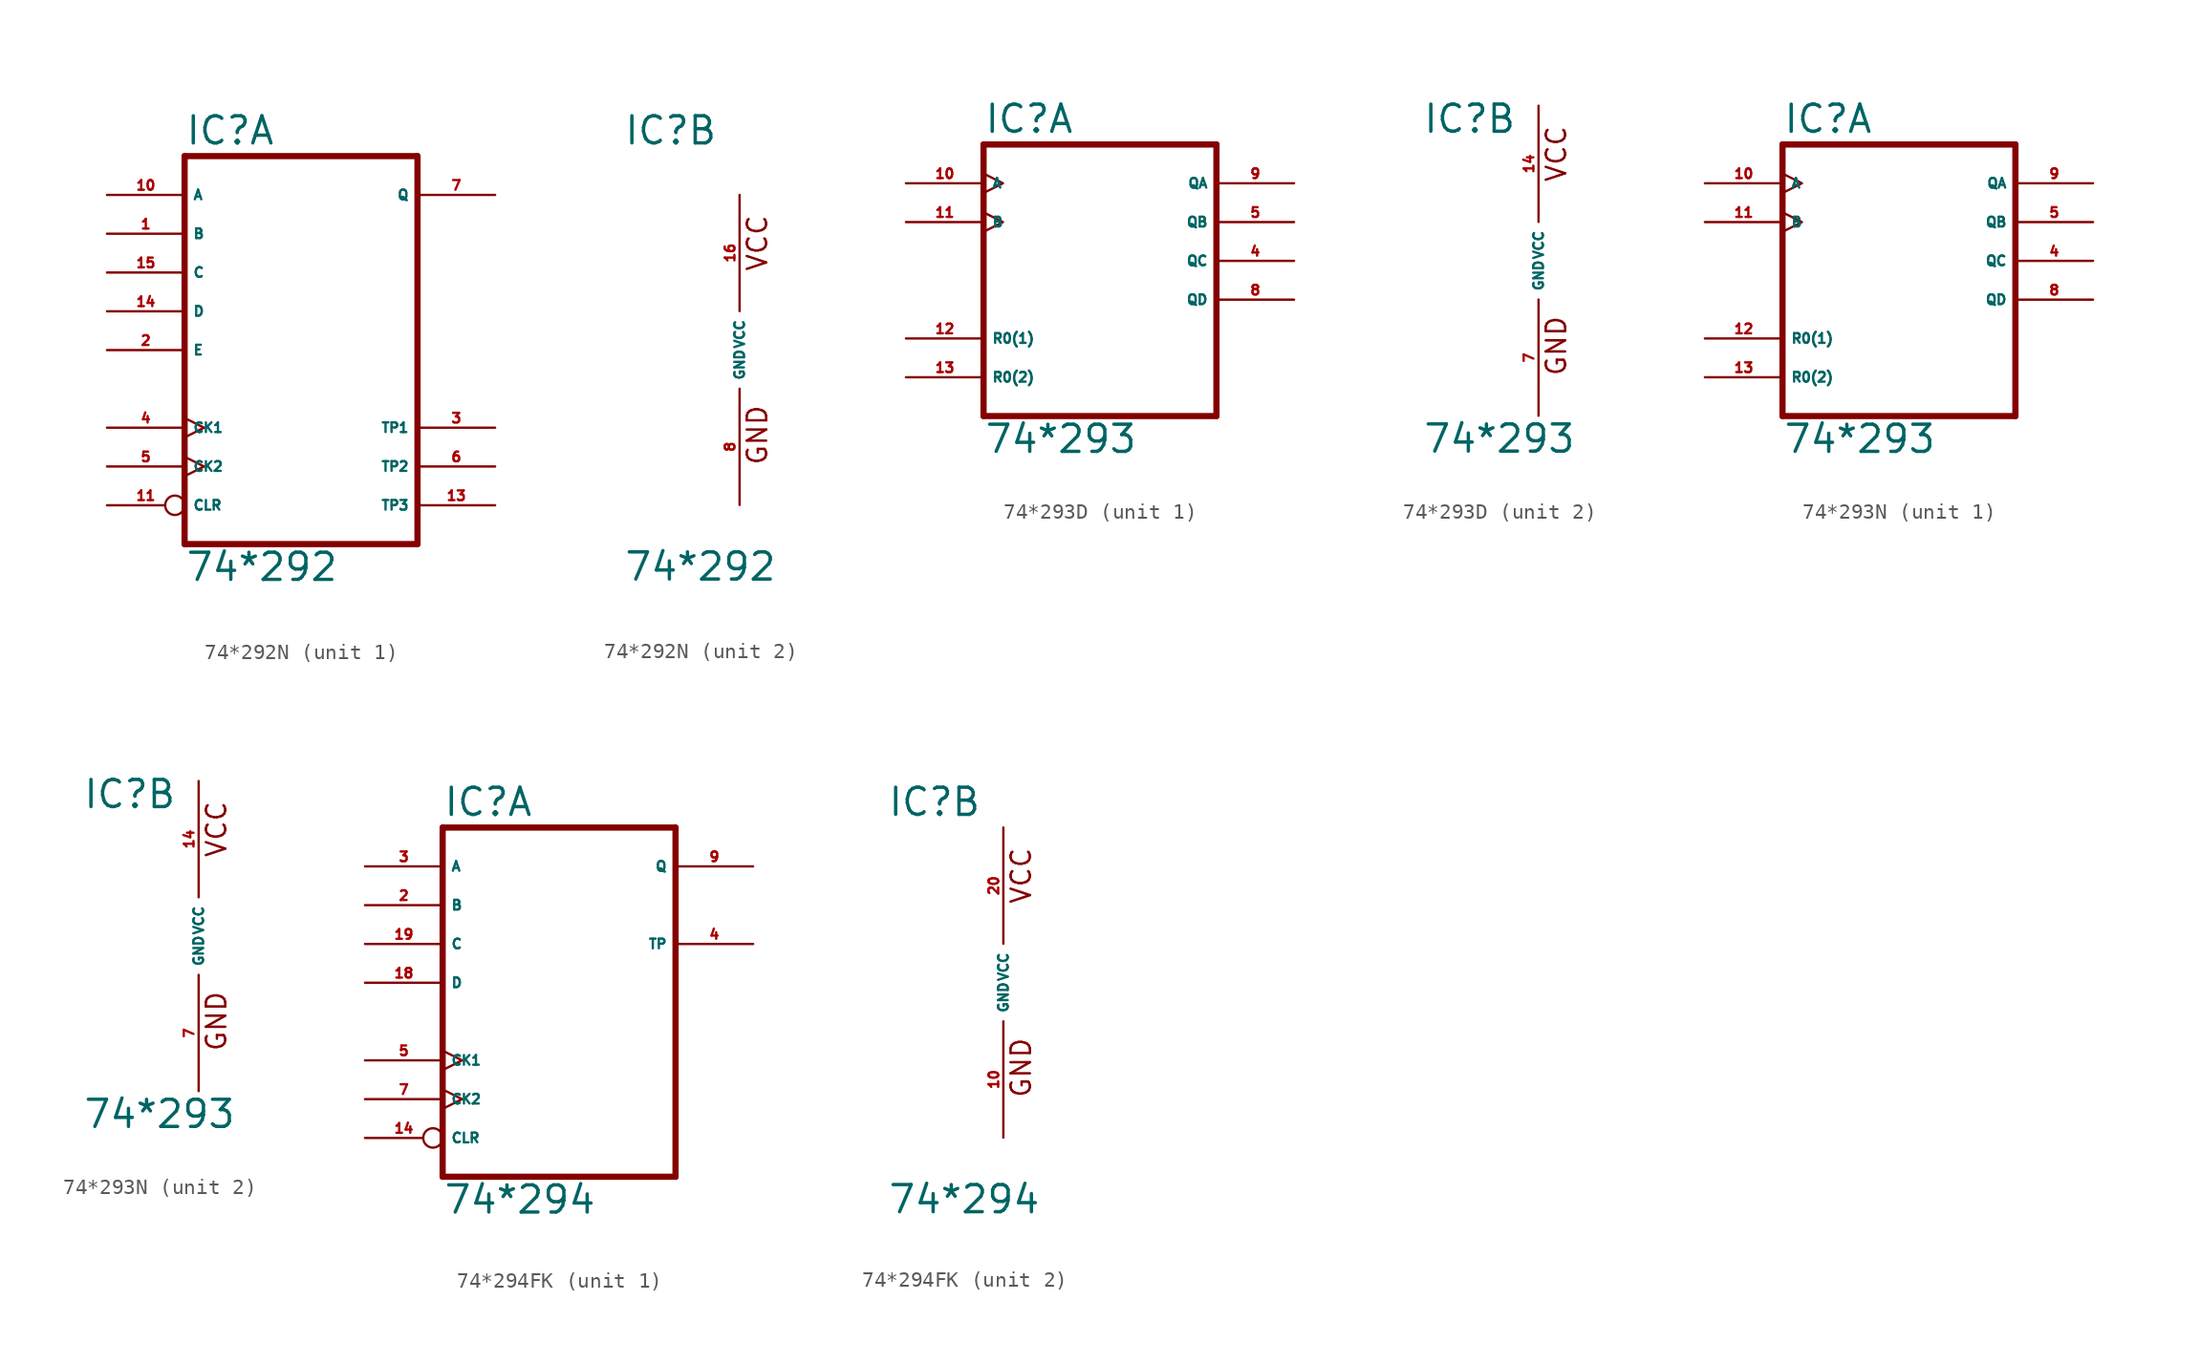
<source format=kicad_sym>
(kicad_symbol_lib
  (version 20220914)
  (generator Eagle2Kicad)
  (symbol "74*292N"
    (property "Reference" "IC"
      (at -7.62 13.335 0)
      (effects (font (size 1.778 1.778) (thickness 0.22)) (justify left bottom)))
    (property "Value" "74*292"
      (at -7.62 -15.24 0)
      (effects (font (size 1.778 1.778) (thickness 0.22)) (justify left bottom)))
    (symbol "74*292N_1_0"
      (polyline (pts (xy -7.62 -12.7) (xy 7.62 -12.7)) (stroke (width 0.406) (type default)) (fill (type none)))
      (polyline (pts (xy 7.62 -12.7) (xy 7.62 12.7)) (stroke (width 0.406) (type default)) (fill (type none)))
      (polyline (pts (xy 7.62 12.7) (xy -7.62 12.7)) (stroke (width 0.406) (type default)) (fill (type none)))
      (polyline (pts (xy -7.62 12.7) (xy -7.62 -12.7)) (stroke (width 0.406) (type default)) (fill (type none)))
      (pin input line (at -12.7 7.62 0) (length 5.08) (name "B" (effects (font (size 0.635 0.635) (thickness 0.08)) (justify left bottom))) (number "1" (effects (font (size 0.635 0.635) (thickness 0.08)) (justify left bottom))))
      (pin input line (at -12.7 0 0) (length 5.08) (name "E" (effects (font (size 0.635 0.635) (thickness 0.08)) (justify left bottom))) (number "2" (effects (font (size 0.635 0.635) (thickness 0.08)) (justify left bottom))))
      (pin output line (at 12.7 -5.08 180) (length 5.08) (name "TP1" (effects (font (size 0.635 0.635) (thickness 0.08)) (justify left bottom))) (number "3" (effects (font (size 0.635 0.635) (thickness 0.08)) (justify left bottom))))
      (pin input clock (at -12.7 -5.08 0) (length 5.08) (name "CK1" (effects (font (size 0.635 0.635) (thickness 0.08)) (justify left bottom))) (number "4" (effects (font (size 0.635 0.635) (thickness 0.08)) (justify left bottom))))
      (pin input clock (at -12.7 -7.62 0) (length 5.08) (name "CK2" (effects (font (size 0.635 0.635) (thickness 0.08)) (justify left bottom))) (number "5" (effects (font (size 0.635 0.635) (thickness 0.08)) (justify left bottom))))
      (pin output line (at 12.7 -7.62 180) (length 5.08) (name "TP2" (effects (font (size 0.635 0.635) (thickness 0.08)) (justify left bottom))) (number "6" (effects (font (size 0.635 0.635) (thickness 0.08)) (justify left bottom))))
      (pin output line (at 12.7 10.16 180) (length 5.08) (name "Q" (effects (font (size 0.635 0.635) (thickness 0.08)) (justify left bottom))) (number "7" (effects (font (size 0.635 0.635) (thickness 0.08)) (justify left bottom))))
      (pin input line (at -12.7 10.16 0) (length 5.08) (name "A" (effects (font (size 0.635 0.635) (thickness 0.08)) (justify left bottom))) (number "10" (effects (font (size 0.635 0.635) (thickness 0.08)) (justify left bottom))))
      (pin input inverted (at -12.7 -10.16 0) (length 5.08) (name "CLR" (effects (font (size 0.635 0.635) (thickness 0.08)) (justify left bottom))) (number "11" (effects (font (size 0.635 0.635) (thickness 0.08)) (justify left bottom))))
      (pin output line (at 12.7 -10.16 180) (length 5.08) (name "TP3" (effects (font (size 0.635 0.635) (thickness 0.08)) (justify left bottom))) (number "13" (effects (font (size 0.635 0.635) (thickness 0.08)) (justify left bottom))))
      (pin input line (at -12.7 2.54 0) (length 5.08) (name "D" (effects (font (size 0.635 0.635) (thickness 0.08)) (justify left bottom))) (number "14" (effects (font (size 0.635 0.635) (thickness 0.08)) (justify left bottom))))
      (pin input line (at -12.7 5.08 0) (length 5.08) (name "C" (effects (font (size 0.635 0.635) (thickness 0.08)) (justify left bottom))) (number "15" (effects (font (size 0.635 0.635) (thickness 0.08)) (justify left bottom)))))
    (symbol "74*292N_2_0"
      (text "GND" (at 1.905 -7.62 900) (effects (font (size 1.27 1.27) (thickness 0.16)) (justify left bottom)))
      (text "VCC" (at 1.905 5.08 900) (effects (font (size 1.27 1.27) (thickness 0.16)) (justify left bottom)))
      (pin unspecified line (at 0 -10.16 90) (length 7.62) (name "GND" (effects (font (size 0.635 0.635) (thickness 0.08)) (justify left bottom))) (number "8" (effects (font (size 0.635 0.635) (thickness 0.08)) (justify left bottom))))
      (pin unspecified line (at 0 10.16 270) (length 7.62) (name "VCC" (effects (font (size 0.635 0.635) (thickness 0.08)) (justify left bottom))) (number "16" (effects (font (size 0.635 0.635) (thickness 0.08)) (justify left bottom))))))
  (symbol "74*293D"
    (property "Reference" "IC"
      (at -7.62 8.255 0)
      (effects (font (size 1.778 1.778) (thickness 0.22)) (justify left bottom)))
    (property "Value" "74*293"
      (at -7.62 -12.7 0)
      (effects (font (size 1.778 1.778) (thickness 0.22)) (justify left bottom)))
    (symbol "74*293D_1_0"
      (polyline (pts (xy -7.62 -10.16) (xy 7.62 -10.16)) (stroke (width 0.406) (type default)) (fill (type none)))
      (polyline (pts (xy 7.62 -10.16) (xy 7.62 7.62)) (stroke (width 0.406) (type default)) (fill (type none)))
      (polyline (pts (xy 7.62 7.62) (xy -7.62 7.62)) (stroke (width 0.406) (type default)) (fill (type none)))
      (polyline (pts (xy -7.62 7.62) (xy -7.62 -10.16)) (stroke (width 0.406) (type default)) (fill (type none)))
      (pin output line (at 12.7 0 180) (length 5.08) (name "QC" (effects (font (size 0.635 0.635) (thickness 0.08)) (justify left bottom))) (number "4" (effects (font (size 0.635 0.635) (thickness 0.08)) (justify left bottom))))
      (pin output line (at 12.7 2.54 180) (length 5.08) (name "QB" (effects (font (size 0.635 0.635) (thickness 0.08)) (justify left bottom))) (number "5" (effects (font (size 0.635 0.635) (thickness 0.08)) (justify left bottom))))
      (pin output line (at 12.7 -2.54 180) (length 5.08) (name "QD" (effects (font (size 0.635 0.635) (thickness 0.08)) (justify left bottom))) (number "8" (effects (font (size 0.635 0.635) (thickness 0.08)) (justify left bottom))))
      (pin output line (at 12.7 5.08 180) (length 5.08) (name "QA" (effects (font (size 0.635 0.635) (thickness 0.08)) (justify left bottom))) (number "9" (effects (font (size 0.635 0.635) (thickness 0.08)) (justify left bottom))))
      (pin input clock (at -12.7 5.08 0) (length 5.08) (name "A" (effects (font (size 0.635 0.635) (thickness 0.08)) (justify left bottom))) (number "10" (effects (font (size 0.635 0.635) (thickness 0.08)) (justify left bottom))))
      (pin input clock (at -12.7 2.54 0) (length 5.08) (name "B" (effects (font (size 0.635 0.635) (thickness 0.08)) (justify left bottom))) (number "11" (effects (font (size 0.635 0.635) (thickness 0.08)) (justify left bottom))))
      (pin input line (at -12.7 -5.08 0) (length 5.08) (name "R0(1)" (effects (font (size 0.635 0.635) (thickness 0.08)) (justify left bottom))) (number "12" (effects (font (size 0.635 0.635) (thickness 0.08)) (justify left bottom))))
      (pin input line (at -12.7 -7.62 0) (length 5.08) (name "R0(2)" (effects (font (size 0.635 0.635) (thickness 0.08)) (justify left bottom))) (number "13" (effects (font (size 0.635 0.635) (thickness 0.08)) (justify left bottom)))))
    (symbol "74*293D_2_0"
      (text "GND" (at 1.905 -7.62 900) (effects (font (size 1.27 1.27) (thickness 0.16)) (justify left bottom)))
      (text "VCC" (at 1.905 5.08 900) (effects (font (size 1.27 1.27) (thickness 0.16)) (justify left bottom)))
      (pin unspecified line (at 0 -10.16 90) (length 7.62) (name "GND" (effects (font (size 0.635 0.635) (thickness 0.08)) (justify left bottom))) (number "7" (effects (font (size 0.635 0.635) (thickness 0.08)) (justify left bottom))))
      (pin unspecified line (at 0 10.16 270) (length 7.62) (name "VCC" (effects (font (size 0.635 0.635) (thickness 0.08)) (justify left bottom))) (number "14" (effects (font (size 0.635 0.635) (thickness 0.08)) (justify left bottom))))))
  (symbol "74*293N"
    (property "Reference" "IC"
      (at -7.62 8.255 0)
      (effects (font (size 1.778 1.778) (thickness 0.22)) (justify left bottom)))
    (property "Value" "74*293"
      (at -7.62 -12.7 0)
      (effects (font (size 1.778 1.778) (thickness 0.22)) (justify left bottom)))
    (symbol "74*293N_1_0"
      (polyline (pts (xy -7.62 -10.16) (xy 7.62 -10.16)) (stroke (width 0.406) (type default)) (fill (type none)))
      (polyline (pts (xy 7.62 -10.16) (xy 7.62 7.62)) (stroke (width 0.406) (type default)) (fill (type none)))
      (polyline (pts (xy 7.62 7.62) (xy -7.62 7.62)) (stroke (width 0.406) (type default)) (fill (type none)))
      (polyline (pts (xy -7.62 7.62) (xy -7.62 -10.16)) (stroke (width 0.406) (type default)) (fill (type none)))
      (pin output line (at 12.7 0 180) (length 5.08) (name "QC" (effects (font (size 0.635 0.635) (thickness 0.08)) (justify left bottom))) (number "4" (effects (font (size 0.635 0.635) (thickness 0.08)) (justify left bottom))))
      (pin output line (at 12.7 2.54 180) (length 5.08) (name "QB" (effects (font (size 0.635 0.635) (thickness 0.08)) (justify left bottom))) (number "5" (effects (font (size 0.635 0.635) (thickness 0.08)) (justify left bottom))))
      (pin output line (at 12.7 -2.54 180) (length 5.08) (name "QD" (effects (font (size 0.635 0.635) (thickness 0.08)) (justify left bottom))) (number "8" (effects (font (size 0.635 0.635) (thickness 0.08)) (justify left bottom))))
      (pin output line (at 12.7 5.08 180) (length 5.08) (name "QA" (effects (font (size 0.635 0.635) (thickness 0.08)) (justify left bottom))) (number "9" (effects (font (size 0.635 0.635) (thickness 0.08)) (justify left bottom))))
      (pin input clock (at -12.7 5.08 0) (length 5.08) (name "A" (effects (font (size 0.635 0.635) (thickness 0.08)) (justify left bottom))) (number "10" (effects (font (size 0.635 0.635) (thickness 0.08)) (justify left bottom))))
      (pin input clock (at -12.7 2.54 0) (length 5.08) (name "B" (effects (font (size 0.635 0.635) (thickness 0.08)) (justify left bottom))) (number "11" (effects (font (size 0.635 0.635) (thickness 0.08)) (justify left bottom))))
      (pin input line (at -12.7 -5.08 0) (length 5.08) (name "R0(1)" (effects (font (size 0.635 0.635) (thickness 0.08)) (justify left bottom))) (number "12" (effects (font (size 0.635 0.635) (thickness 0.08)) (justify left bottom))))
      (pin input line (at -12.7 -7.62 0) (length 5.08) (name "R0(2)" (effects (font (size 0.635 0.635) (thickness 0.08)) (justify left bottom))) (number "13" (effects (font (size 0.635 0.635) (thickness 0.08)) (justify left bottom)))))
    (symbol "74*293N_2_0"
      (text "GND" (at 1.905 -7.62 900) (effects (font (size 1.27 1.27) (thickness 0.16)) (justify left bottom)))
      (text "VCC" (at 1.905 5.08 900) (effects (font (size 1.27 1.27) (thickness 0.16)) (justify left bottom)))
      (pin unspecified line (at 0 -10.16 90) (length 7.62) (name "GND" (effects (font (size 0.635 0.635) (thickness 0.08)) (justify left bottom))) (number "7" (effects (font (size 0.635 0.635) (thickness 0.08)) (justify left bottom))))
      (pin unspecified line (at 0 10.16 270) (length 7.62) (name "VCC" (effects (font (size 0.635 0.635) (thickness 0.08)) (justify left bottom))) (number "14" (effects (font (size 0.635 0.635) (thickness 0.08)) (justify left bottom))))))
  (symbol "74*294FK"
    (property "Reference" "IC"
      (at -7.62 10.795 0)
      (effects (font (size 1.778 1.778) (thickness 0.22)) (justify left bottom)))
    (property "Value" "74*294"
      (at -7.62 -15.24 0)
      (effects (font (size 1.778 1.778) (thickness 0.22)) (justify left bottom)))
    (symbol "74*294FK_1_0"
      (polyline (pts (xy -7.62 -12.7) (xy 7.62 -12.7)) (stroke (width 0.406) (type default)) (fill (type none)))
      (polyline (pts (xy 7.62 -12.7) (xy 7.62 10.16)) (stroke (width 0.406) (type default)) (fill (type none)))
      (polyline (pts (xy 7.62 10.16) (xy -7.62 10.16)) (stroke (width 0.406) (type default)) (fill (type none)))
      (polyline (pts (xy -7.62 10.16) (xy -7.62 -12.7)) (stroke (width 0.406) (type default)) (fill (type none)))
      (pin input line (at -12.7 5.08 0) (length 5.08) (name "B" (effects (font (size 0.635 0.635) (thickness 0.08)) (justify left bottom))) (number "2" (effects (font (size 0.635 0.635) (thickness 0.08)) (justify left bottom))))
      (pin input line (at -12.7 7.62 0) (length 5.08) (name "A" (effects (font (size 0.635 0.635) (thickness 0.08)) (justify left bottom))) (number "3" (effects (font (size 0.635 0.635) (thickness 0.08)) (justify left bottom))))
      (pin output line (at 12.7 2.54 180) (length 5.08) (name "TP" (effects (font (size 0.635 0.635) (thickness 0.08)) (justify left bottom))) (number "4" (effects (font (size 0.635 0.635) (thickness 0.08)) (justify left bottom))))
      (pin input clock (at -12.7 -5.08 0) (length 5.08) (name "CK1" (effects (font (size 0.635 0.635) (thickness 0.08)) (justify left bottom))) (number "5" (effects (font (size 0.635 0.635) (thickness 0.08)) (justify left bottom))))
      (pin input clock (at -12.7 -7.62 0) (length 5.08) (name "CK2" (effects (font (size 0.635 0.635) (thickness 0.08)) (justify left bottom))) (number "7" (effects (font (size 0.635 0.635) (thickness 0.08)) (justify left bottom))))
      (pin output line (at 12.7 7.62 180) (length 5.08) (name "Q" (effects (font (size 0.635 0.635) (thickness 0.08)) (justify left bottom))) (number "9" (effects (font (size 0.635 0.635) (thickness 0.08)) (justify left bottom))))
      (pin input inverted (at -12.7 -10.16 0) (length 5.08) (name "CLR" (effects (font (size 0.635 0.635) (thickness 0.08)) (justify left bottom))) (number "14" (effects (font (size 0.635 0.635) (thickness 0.08)) (justify left bottom))))
      (pin input line (at -12.7 0 0) (length 5.08) (name "D" (effects (font (size 0.635 0.635) (thickness 0.08)) (justify left bottom))) (number "18" (effects (font (size 0.635 0.635) (thickness 0.08)) (justify left bottom))))
      (pin input line (at -12.7 2.54 0) (length 5.08) (name "C" (effects (font (size 0.635 0.635) (thickness 0.08)) (justify left bottom))) (number "19" (effects (font (size 0.635 0.635) (thickness 0.08)) (justify left bottom)))))
    (symbol "74*294FK_2_0"
      (text "GND" (at 1.905 -7.62 900) (effects (font (size 1.27 1.27) (thickness 0.16)) (justify left bottom)))
      (text "VCC" (at 1.905 5.08 900) (effects (font (size 1.27 1.27) (thickness 0.16)) (justify left bottom)))
      (pin unspecified line (at 0 -10.16 90) (length 7.62) (name "GND" (effects (font (size 0.635 0.635) (thickness 0.08)) (justify left bottom))) (number "10" (effects (font (size 0.635 0.635) (thickness 0.08)) (justify left bottom))))
      (pin unspecified line (at 0 10.16 270) (length 7.62) (name "VCC" (effects (font (size 0.635 0.635) (thickness 0.08)) (justify left bottom))) (number "20" (effects (font (size 0.635 0.635) (thickness 0.08)) (justify left bottom)))))))
</source>
